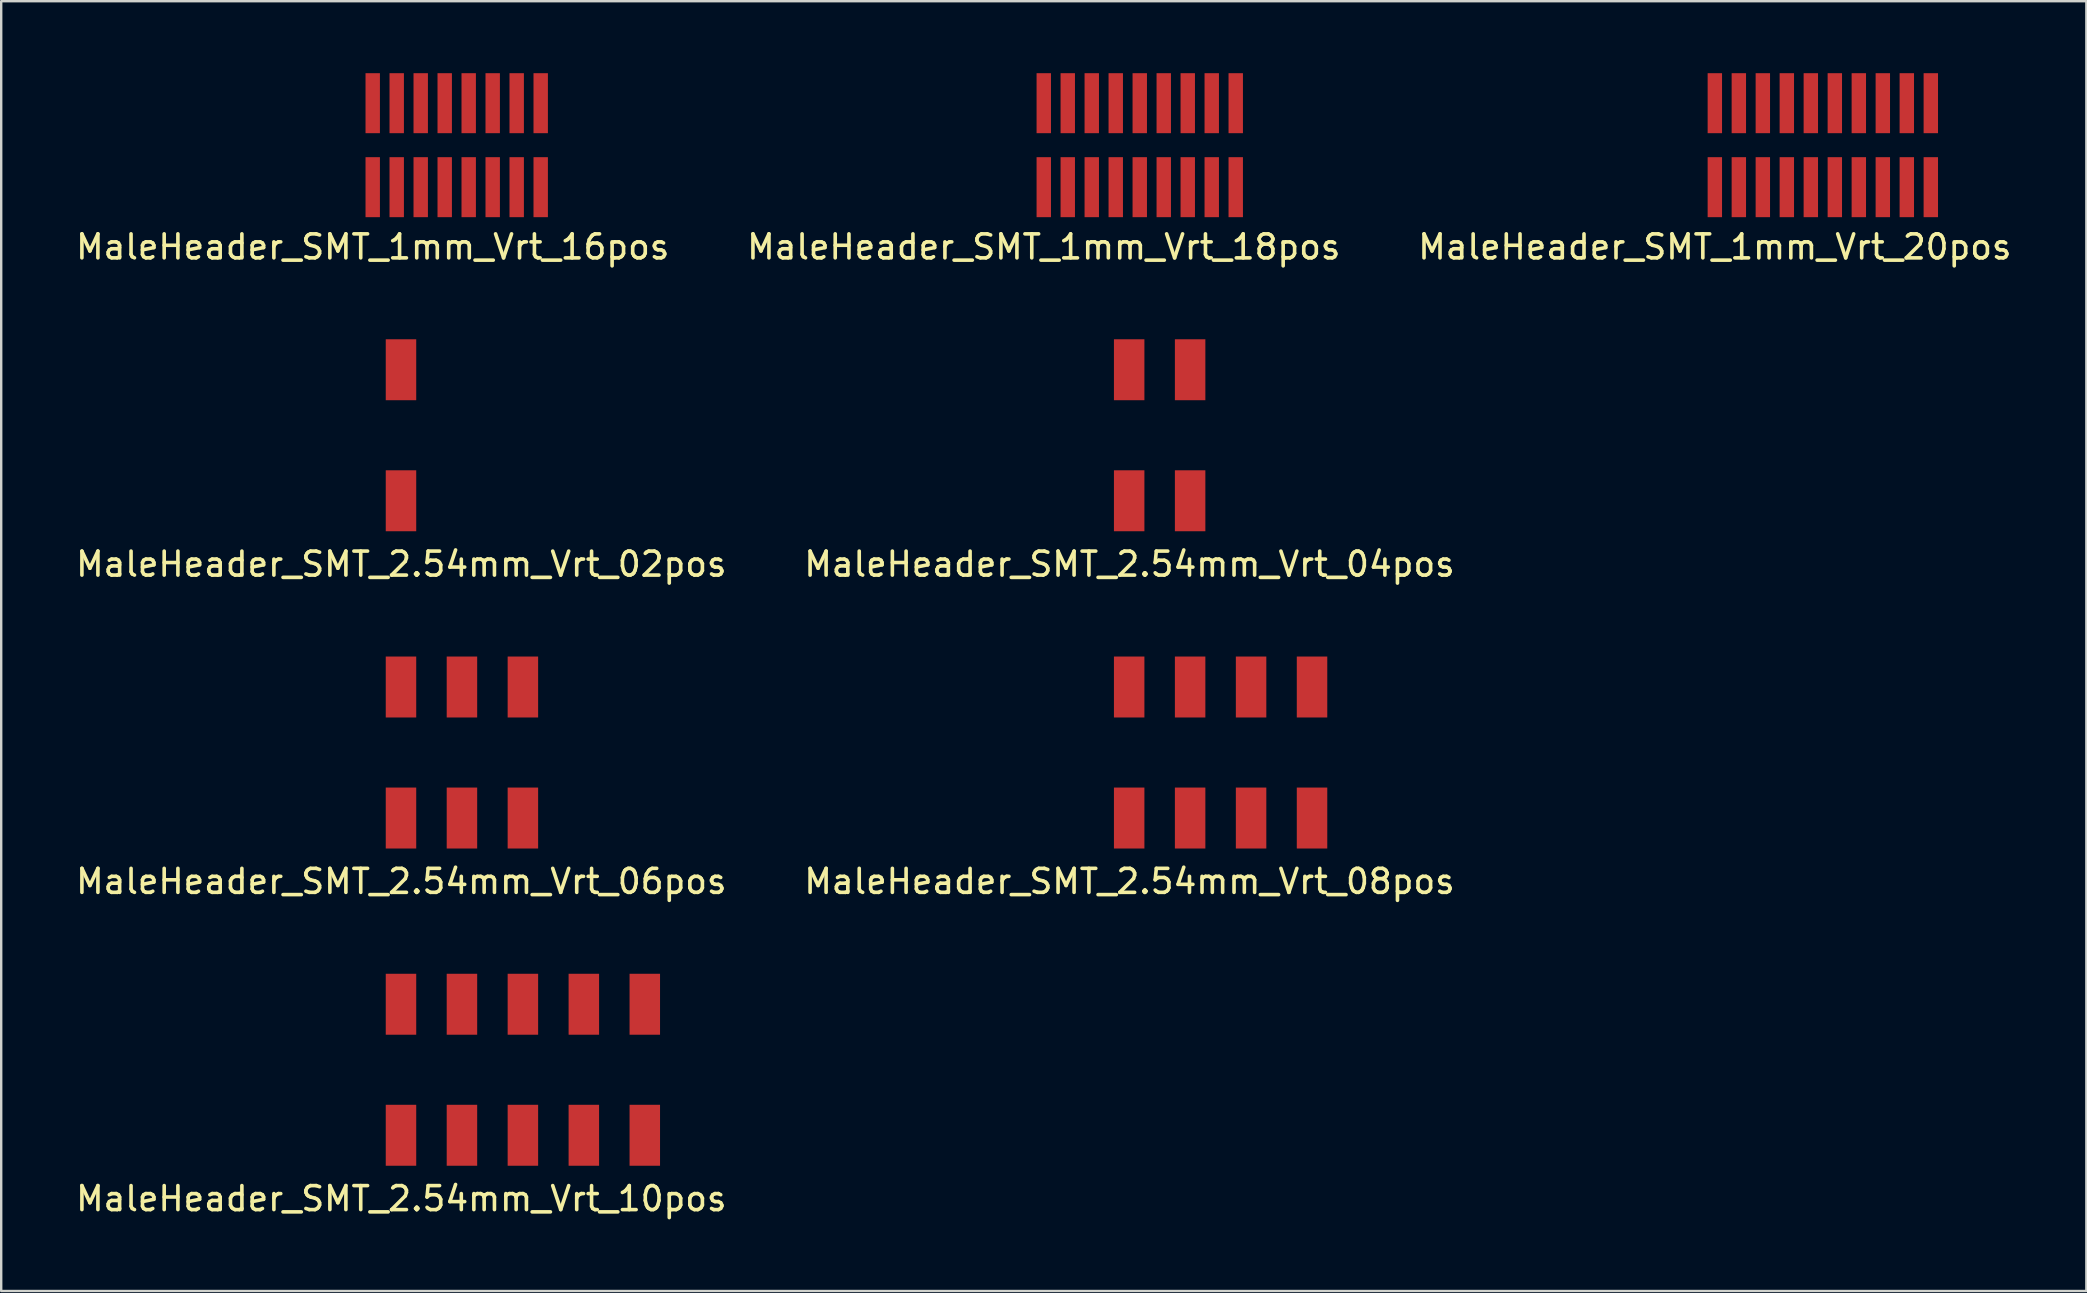
<source format=kicad_pcb>
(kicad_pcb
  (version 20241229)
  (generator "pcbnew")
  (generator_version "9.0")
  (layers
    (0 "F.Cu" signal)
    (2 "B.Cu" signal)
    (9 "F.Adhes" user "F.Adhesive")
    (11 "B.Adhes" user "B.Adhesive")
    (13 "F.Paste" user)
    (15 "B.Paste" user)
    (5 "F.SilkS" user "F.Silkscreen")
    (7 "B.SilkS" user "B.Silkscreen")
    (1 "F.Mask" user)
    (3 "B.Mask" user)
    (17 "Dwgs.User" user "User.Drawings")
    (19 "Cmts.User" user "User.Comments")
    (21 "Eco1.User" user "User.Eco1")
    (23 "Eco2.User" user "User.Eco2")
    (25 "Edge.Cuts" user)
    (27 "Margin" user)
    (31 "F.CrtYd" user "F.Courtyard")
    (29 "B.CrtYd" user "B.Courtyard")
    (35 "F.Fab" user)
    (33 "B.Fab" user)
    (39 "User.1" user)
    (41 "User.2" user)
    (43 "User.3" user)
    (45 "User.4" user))
  (footprint "MaleHeader_SMT_1mm_Vrt_20pos"
    (layer "F.Cu")
    (at 68.411 3)
    (property "Reference" "MaleHeader_SMT_1mm_Vrt_20pos" (at 0 4.24 0) (layer "F.SilkS") (effects (font (size 1 1) (thickness 0.15))))
    (attr through_hole)
    (pad "1" smd rect (at 0 -1.75) (size 0.6 2.5) (layers "F.Cu" "F.Mask" "F.Paste"))
    (pad "2" smd rect (at 0 1.75) (size 0.6 2.5) (layers "F.Cu" "F.Mask" "F.Paste"))
    (pad "3" smd rect (at 1 -1.75) (size 0.6 2.5) (layers "F.Cu" "F.Mask" "F.Paste"))
    (pad "4" smd rect (at 1 1.75) (size 0.6 2.5) (layers "F.Cu" "F.Mask" "F.Paste"))
    (pad "5" smd rect (at 2 -1.75) (size 0.6 2.5) (layers "F.Cu" "F.Mask" "F.Paste"))
    (pad "6" smd rect (at 2 1.75) (size 0.6 2.5) (layers "F.Cu" "F.Mask" "F.Paste"))
    (pad "7" smd rect (at 3 -1.75) (size 0.6 2.5) (layers "F.Cu" "F.Mask" "F.Paste"))
    (pad "8" smd rect (at 3 1.75) (size 0.6 2.5) (layers "F.Cu" "F.Mask" "F.Paste"))
    (pad "9" smd rect (at 4 -1.75) (size 0.6 2.5) (layers "F.Cu" "F.Mask" "F.Paste"))
    (pad "10" smd rect (at 4 1.75) (size 0.6 2.5) (layers "F.Cu" "F.Mask" "F.Paste"))
    (pad "11" smd rect (at 5 -1.75) (size 0.6 2.5) (layers "F.Cu" "F.Mask" "F.Paste"))
    (pad "12" smd rect (at 5 1.75) (size 0.6 2.5) (layers "F.Cu" "F.Mask" "F.Paste"))
    (pad "13" smd rect (at 6 -1.75) (size 0.6 2.5) (layers "F.Cu" "F.Mask" "F.Paste"))
    (pad "14" smd rect (at 6 1.75) (size 0.6 2.5) (layers "F.Cu" "F.Mask" "F.Paste"))
    (pad "15" smd rect (at 7 -1.75) (size 0.6 2.5) (layers "F.Cu" "F.Mask" "F.Paste"))
    (pad "16" smd rect (at 7 1.75) (size 0.6 2.5) (layers "F.Cu" "F.Mask" "F.Paste"))
    (pad "17" smd rect (at 8 -1.75) (size 0.6 2.5) (layers "F.Cu" "F.Mask" "F.Paste"))
    (pad "18" smd rect (at 8 1.75) (size 0.6 2.5) (layers "F.Cu" "F.Mask" "F.Paste"))
    (pad "19" smd rect (at 9 -1.75) (size 0.6 2.5) (layers "F.Cu" "F.Mask" "F.Paste"))
    (pad "20" smd rect (at 9 1.75) (size 0.6 2.5) (layers "F.Cu" "F.Mask" "F.Paste")))
  (footprint "MaleHeader_SMT_2.54mm_Vrt_10pos"
    (layer "F.Cu")
    (at 13.66 41.529)
    (property "Reference" "MaleHeader_SMT_2.54mm_Vrt_10pos" (at 0.013 5.372 0) (layer "F.SilkS") (effects (font (size 1 1) (thickness 0.15))))
    (attr through_hole)
    (pad "1" smd rect (at 0 -2.73) (size 1.27 2.54) (layers "F.Cu" "F.Mask" "F.Paste"))
    (pad "2" smd rect (at 0 2.73) (size 1.27 2.54) (layers "F.Cu" "F.Mask" "F.Paste"))
    (pad "3" smd rect (at 2.54 -2.73) (size 1.27 2.54) (layers "F.Cu" "F.Mask" "F.Paste"))
    (pad "4" smd rect (at 2.54 2.73) (size 1.27 2.54) (layers "F.Cu" "F.Mask" "F.Paste"))
    (pad "5" smd rect (at 5.08 -2.73) (size 1.27 2.54) (layers "F.Cu" "F.Mask" "F.Paste"))
    (pad "6" smd rect (at 5.08 2.73) (size 1.27 2.54) (layers "F.Cu" "F.Mask" "F.Paste"))
    (pad "7" smd rect (at 7.62 -2.73) (size 1.27 2.54) (layers "F.Cu" "F.Mask" "F.Paste"))
    (pad "8" smd rect (at 7.62 2.73) (size 1.27 2.54) (layers "F.Cu" "F.Mask" "F.Paste"))
    (pad "9" smd rect (at 10.16 -2.73) (size 1.27 2.54) (layers "F.Cu" "F.Mask" "F.Paste"))
    (pad "10" smd rect (at 10.16 2.73) (size 1.27 2.54) (layers "F.Cu" "F.Mask" "F.Paste")))
  (footprint "MaleHeader_SMT_2.54mm_Vrt_04pos"
    (layer "F.Cu")
    (at 44.005 15.088)
    (property "Reference" "MaleHeader_SMT_2.54mm_Vrt_04pos" (at 0.013 5.372 0) (layer "F.SilkS") (effects (font (size 1 1) (thickness 0.15))))
    (attr through_hole)
    (pad "1" smd rect (at 0 -2.73) (size 1.27 2.54) (layers "F.Cu" "F.Mask" "F.Paste"))
    (pad "2" smd rect (at 0 2.73) (size 1.27 2.54) (layers "F.Cu" "F.Mask" "F.Paste"))
    (pad "3" smd rect (at 2.54 -2.73) (size 1.27 2.54) (layers "F.Cu" "F.Mask" "F.Paste"))
    (pad "4" smd rect (at 2.54 2.73) (size 1.27 2.54) (layers "F.Cu" "F.Mask" "F.Paste")))
  (footprint "MaleHeader_SMT_2.54mm_Vrt_08pos"
    (layer "F.Cu")
    (at 44.005 28.309)
    (property "Reference" "MaleHeader_SMT_2.54mm_Vrt_08pos" (at 0.013 5.372 0) (layer "F.SilkS") (effects (font (size 1 1) (thickness 0.15))))
    (attr through_hole)
    (pad "1" smd rect (at 0 -2.73) (size 1.27 2.54) (layers "F.Cu" "F.Mask" "F.Paste"))
    (pad "2" smd rect (at 0 2.73) (size 1.27 2.54) (layers "F.Cu" "F.Mask" "F.Paste"))
    (pad "3" smd rect (at 2.54 -2.73) (size 1.27 2.54) (layers "F.Cu" "F.Mask" "F.Paste"))
    (pad "4" smd rect (at 2.54 2.73) (size 1.27 2.54) (layers "F.Cu" "F.Mask" "F.Paste"))
    (pad "5" smd rect (at 5.08 -2.73) (size 1.27 2.54) (layers "F.Cu" "F.Mask" "F.Paste"))
    (pad "6" smd rect (at 5.08 2.73) (size 1.27 2.54) (layers "F.Cu" "F.Mask" "F.Paste"))
    (pad "7" smd rect (at 7.62 -2.73) (size 1.27 2.54) (layers "F.Cu" "F.Mask" "F.Paste"))
    (pad "8" smd rect (at 7.62 2.73) (size 1.27 2.54) (layers "F.Cu" "F.Mask" "F.Paste")))
  (footprint "MaleHeader_SMT_1mm_Vrt_18pos"
    (layer "F.Cu")
    (at 40.446 3)
    (property "Reference" "MaleHeader_SMT_1mm_Vrt_18pos" (at 0 4.24 0) (layer "F.SilkS") (effects (font (size 1 1) (thickness 0.15))))
    (attr through_hole)
    (pad "1" smd rect (at 0 -1.75) (size 0.6 2.5) (layers "F.Cu" "F.Mask" "F.Paste"))
    (pad "2" smd rect (at 0 1.75) (size 0.6 2.5) (layers "F.Cu" "F.Mask" "F.Paste"))
    (pad "3" smd rect (at 1 -1.75) (size 0.6 2.5) (layers "F.Cu" "F.Mask" "F.Paste"))
    (pad "4" smd rect (at 1 1.75) (size 0.6 2.5) (layers "F.Cu" "F.Mask" "F.Paste"))
    (pad "5" smd rect (at 2 -1.75) (size 0.6 2.5) (layers "F.Cu" "F.Mask" "F.Paste"))
    (pad "6" smd rect (at 2 1.75) (size 0.6 2.5) (layers "F.Cu" "F.Mask" "F.Paste"))
    (pad "7" smd rect (at 3 -1.75) (size 0.6 2.5) (layers "F.Cu" "F.Mask" "F.Paste"))
    (pad "8" smd rect (at 3 1.75) (size 0.6 2.5) (layers "F.Cu" "F.Mask" "F.Paste"))
    (pad "9" smd rect (at 4 -1.75) (size 0.6 2.5) (layers "F.Cu" "F.Mask" "F.Paste"))
    (pad "10" smd rect (at 4 1.75) (size 0.6 2.5) (layers "F.Cu" "F.Mask" "F.Paste"))
    (pad "11" smd rect (at 5 -1.75) (size 0.6 2.5) (layers "F.Cu" "F.Mask" "F.Paste"))
    (pad "12" smd rect (at 5 1.75) (size 0.6 2.5) (layers "F.Cu" "F.Mask" "F.Paste"))
    (pad "13" smd rect (at 6 -1.75) (size 0.6 2.5) (layers "F.Cu" "F.Mask" "F.Paste"))
    (pad "14" smd rect (at 6 1.75) (size 0.6 2.5) (layers "F.Cu" "F.Mask" "F.Paste"))
    (pad "15" smd rect (at 7 -1.75) (size 0.6 2.5) (layers "F.Cu" "F.Mask" "F.Paste"))
    (pad "16" smd rect (at 7 1.75) (size 0.6 2.5) (layers "F.Cu" "F.Mask" "F.Paste"))
    (pad "17" smd rect (at 8 -1.75) (size 0.6 2.5) (layers "F.Cu" "F.Mask" "F.Paste"))
    (pad "18" smd rect (at 8 1.75) (size 0.6 2.5) (layers "F.Cu" "F.Mask" "F.Paste")))
  (footprint "MaleHeader_SMT_2.54mm_Vrt_02pos"
    (layer "F.Cu")
    (at 13.66 15.088)
    (property "Reference" "MaleHeader_SMT_2.54mm_Vrt_02pos" (at 0.013 5.372 0) (layer "F.SilkS") (effects (font (size 1 1) (thickness 0.15))))
    (attr through_hole)
    (pad "1" smd rect (at 0 -2.73) (size 1.27 2.54) (layers "F.Cu" "F.Mask" "F.Paste"))
    (pad "2" smd rect (at 0 2.73) (size 1.27 2.54) (layers "F.Cu" "F.Mask" "F.Paste")))
  (footprint "MaleHeader_SMT_2.54mm_Vrt_06pos"
    (layer "F.Cu")
    (at 13.66 28.309)
    (property "Reference" "MaleHeader_SMT_2.54mm_Vrt_06pos" (at 0.013 5.372 0) (layer "F.SilkS") (effects (font (size 1 1) (thickness 0.15))))
    (attr through_hole)
    (pad "1" smd rect (at 0 -2.73) (size 1.27 2.54) (layers "F.Cu" "F.Mask" "F.Paste"))
    (pad "2" smd rect (at 0 2.73) (size 1.27 2.54) (layers "F.Cu" "F.Mask" "F.Paste"))
    (pad "3" smd rect (at 2.54 -2.73) (size 1.27 2.54) (layers "F.Cu" "F.Mask" "F.Paste"))
    (pad "4" smd rect (at 2.54 2.73) (size 1.27 2.54) (layers "F.Cu" "F.Mask" "F.Paste"))
    (pad "5" smd rect (at 5.08 -2.73) (size 1.27 2.54) (layers "F.Cu" "F.Mask" "F.Paste"))
    (pad "6" smd rect (at 5.08 2.73) (size 1.27 2.54) (layers "F.Cu" "F.Mask" "F.Paste")))
  (footprint "MaleHeader_SMT_1mm_Vrt_16pos"
    (layer "F.Cu")
    (at 12.482 3)
    (property "Reference" "MaleHeader_SMT_1mm_Vrt_16pos" (at 0 4.24 0) (layer "F.SilkS") (effects (font (size 1 1) (thickness 0.15))))
    (attr through_hole)
    (pad "1" smd rect (at 0 -1.75) (size 0.6 2.5) (layers "F.Cu" "F.Mask" "F.Paste"))
    (pad "2" smd rect (at 0 1.75) (size 0.6 2.5) (layers "F.Cu" "F.Mask" "F.Paste"))
    (pad "3" smd rect (at 1 -1.75) (size 0.6 2.5) (layers "F.Cu" "F.Mask" "F.Paste"))
    (pad "4" smd rect (at 1 1.75) (size 0.6 2.5) (layers "F.Cu" "F.Mask" "F.Paste"))
    (pad "5" smd rect (at 2 -1.75) (size 0.6 2.5) (layers "F.Cu" "F.Mask" "F.Paste"))
    (pad "6" smd rect (at 2 1.75) (size 0.6 2.5) (layers "F.Cu" "F.Mask" "F.Paste"))
    (pad "7" smd rect (at 3 -1.75) (size 0.6 2.5) (layers "F.Cu" "F.Mask" "F.Paste"))
    (pad "8" smd rect (at 3 1.75) (size 0.6 2.5) (layers "F.Cu" "F.Mask" "F.Paste"))
    (pad "9" smd rect (at 4 -1.75) (size 0.6 2.5) (layers "F.Cu" "F.Mask" "F.Paste"))
    (pad "10" smd rect (at 4 1.75) (size 0.6 2.5) (layers "F.Cu" "F.Mask" "F.Paste"))
    (pad "11" smd rect (at 5 -1.75) (size 0.6 2.5) (layers "F.Cu" "F.Mask" "F.Paste"))
    (pad "12" smd rect (at 5 1.75) (size 0.6 2.5) (layers "F.Cu" "F.Mask" "F.Paste"))
    (pad "13" smd rect (at 6 -1.75) (size 0.6 2.5) (layers "F.Cu" "F.Mask" "F.Paste"))
    (pad "14" smd rect (at 6 1.75) (size 0.6 2.5) (layers "F.Cu" "F.Mask" "F.Paste"))
    (pad "15" smd rect (at 7 -1.75) (size 0.6 2.5) (layers "F.Cu" "F.Mask" "F.Paste"))
    (pad "16" smd rect (at 7 1.75) (size 0.6 2.5) (layers "F.Cu" "F.Mask" "F.Paste")))
  (gr_rect
    (start -3 -3)
    (end 83.893 50.749)
    (stroke (width 0.1) (type default))
    (fill no)
    (layer "Edge.Cuts")))
</source>
